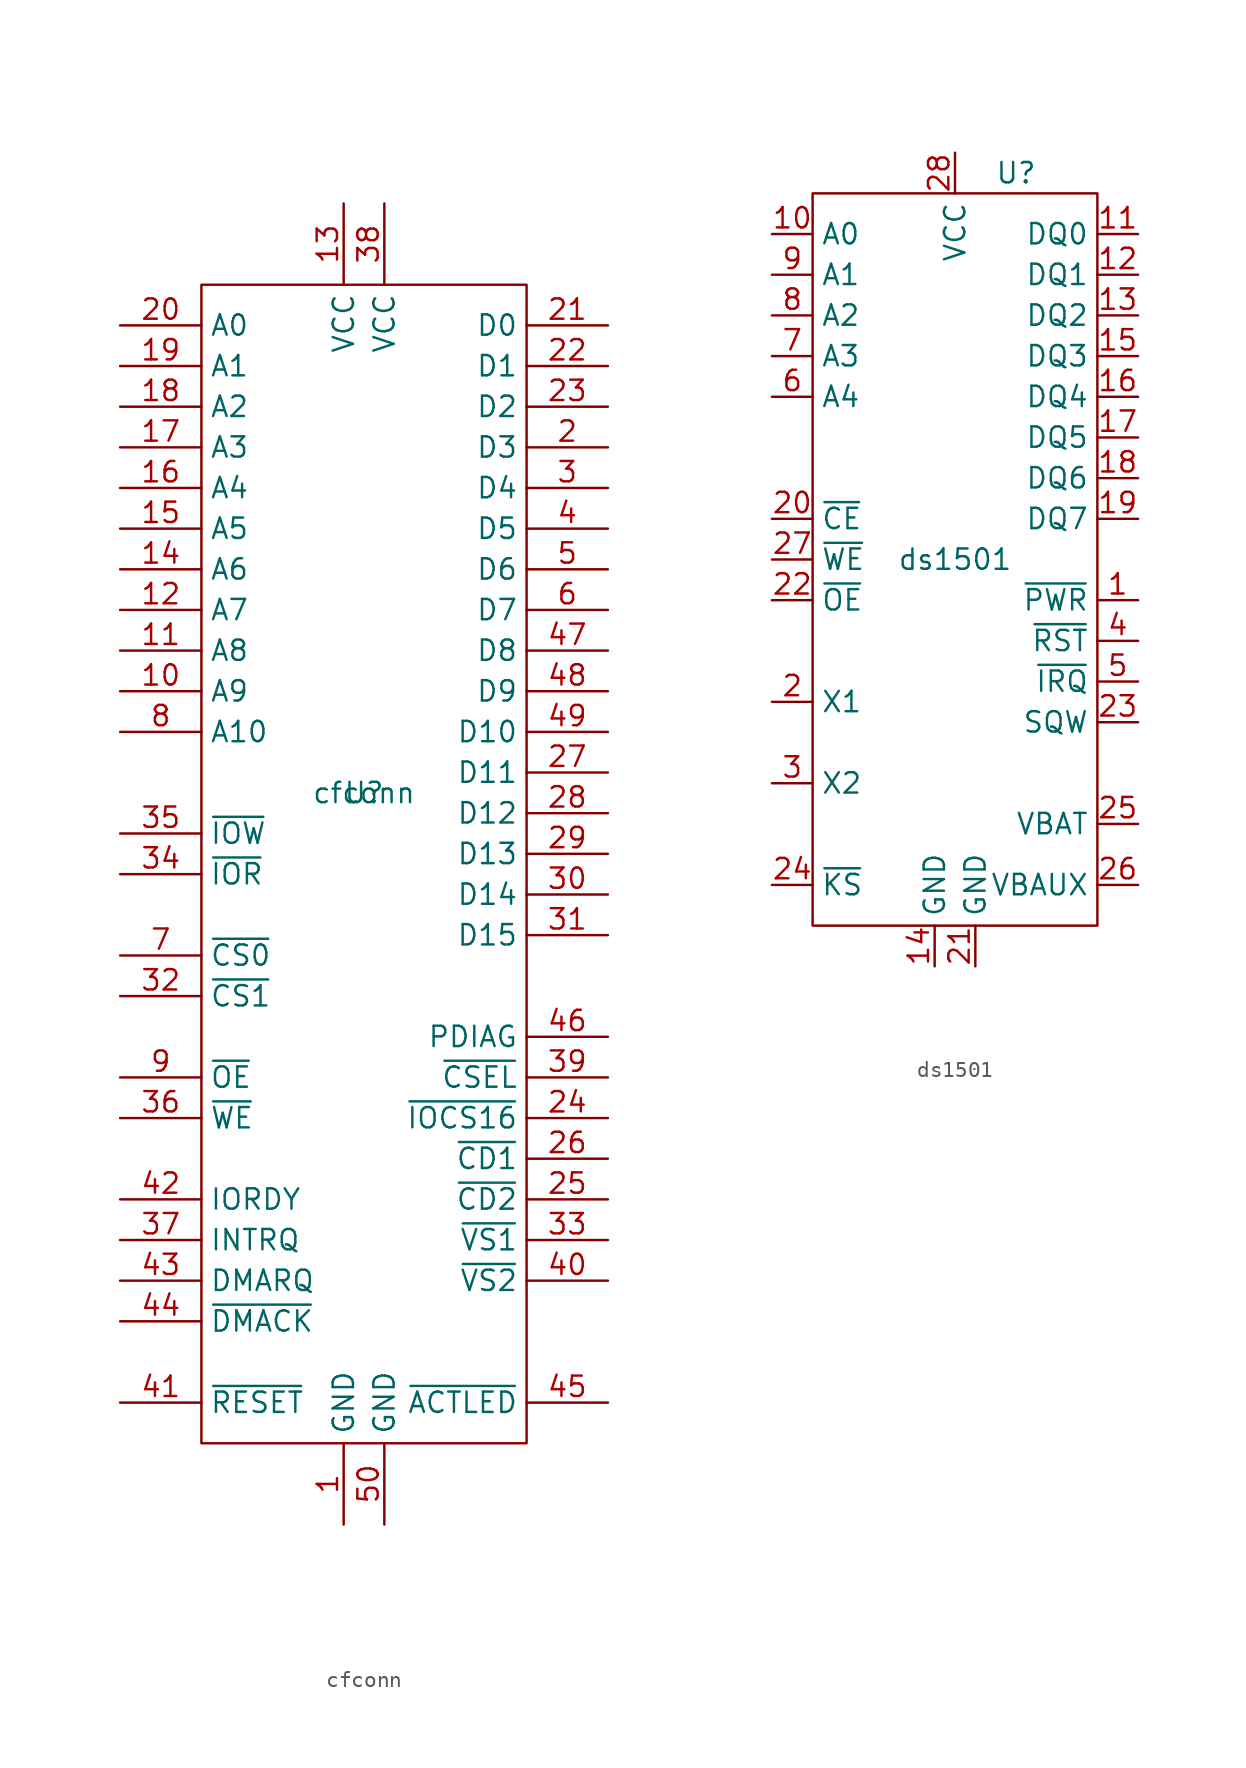
<source format=kicad_sym>
(kicad_symbol_lib
  (version 20211014)
  (generator kicad_symbol_editor)
  (symbol "cfconn"
    (property "Reference" "U"
      (at 0 0 0)
      (effects (font (size 1.27 1.27))))
    (property "Value" "cfconn"
      (at 0 0 0)
      (effects (font (size 1.27 1.27))))
    (symbol "cfconn_0_1"
      (rectangle (start -10.16 31.75) (end 10.16 -40.64) (stroke (width 0) (type default) (color 0 0 0 0)) (fill (type none))))
    (symbol "cfconn_1_1"
      (pin passive line (at -1.27 -45.72 90) (length 5.08) (name "GND" (effects (font (size 1.27 1.27)))) (number "1" (effects (font (size 1.27 1.27)))))
      (pin passive line (at -15.24 6.35 0) (length 5.08) (name "A9" (effects (font (size 1.27 1.27)))) (number "10" (effects (font (size 1.27 1.27)))))
      (pin passive line (at -15.24 8.89 0) (length 5.08) (name "A8" (effects (font (size 1.27 1.27)))) (number "11" (effects (font (size 1.27 1.27)))))
      (pin passive line (at -15.24 11.43 0) (length 5.08) (name "A7" (effects (font (size 1.27 1.27)))) (number "12" (effects (font (size 1.27 1.27)))))
      (pin passive line (at -1.27 36.83 270) (length 5.08) (name "VCC" (effects (font (size 1.27 1.27)))) (number "13" (effects (font (size 1.27 1.27)))))
      (pin passive line (at -15.24 13.97 0) (length 5.08) (name "A6" (effects (font (size 1.27 1.27)))) (number "14" (effects (font (size 1.27 1.27)))))
      (pin passive line (at -15.24 16.51 0) (length 5.08) (name "A5" (effects (font (size 1.27 1.27)))) (number "15" (effects (font (size 1.27 1.27)))))
      (pin passive line (at -15.24 19.05 0) (length 5.08) (name "A4" (effects (font (size 1.27 1.27)))) (number "16" (effects (font (size 1.27 1.27)))))
      (pin passive line (at -15.24 21.59 0) (length 5.08) (name "A3" (effects (font (size 1.27 1.27)))) (number "17" (effects (font (size 1.27 1.27)))))
      (pin passive line (at -15.24 24.13 0) (length 5.08) (name "A2" (effects (font (size 1.27 1.27)))) (number "18" (effects (font (size 1.27 1.27)))))
      (pin passive line (at -15.24 26.67 0) (length 5.08) (name "A1" (effects (font (size 1.27 1.27)))) (number "19" (effects (font (size 1.27 1.27)))))
      (pin passive line (at 15.24 21.59 180) (length 5.08) (name "D3" (effects (font (size 1.27 1.27)))) (number "2" (effects (font (size 1.27 1.27)))))
      (pin passive line (at -15.24 29.21 0) (length 5.08) (name "A0" (effects (font (size 1.27 1.27)))) (number "20" (effects (font (size 1.27 1.27)))))
      (pin passive line (at 15.24 29.21 180) (length 5.08) (name "D0" (effects (font (size 1.27 1.27)))) (number "21" (effects (font (size 1.27 1.27)))))
      (pin passive line (at 15.24 26.67 180) (length 5.08) (name "D1" (effects (font (size 1.27 1.27)))) (number "22" (effects (font (size 1.27 1.27)))))
      (pin passive line (at 15.24 24.13 180) (length 5.08) (name "D2" (effects (font (size 1.27 1.27)))) (number "23" (effects (font (size 1.27 1.27)))))
      (pin passive line (at 15.24 -20.32 180) (length 5.08) (name "~{IOCS16}" (effects (font (size 1.27 1.27)))) (number "24" (effects (font (size 1.27 1.27)))))
      (pin passive line (at 15.24 -25.4 180) (length 5.08) (name "~{CD2}" (effects (font (size 1.27 1.27)))) (number "25" (effects (font (size 1.27 1.27)))))
      (pin passive line (at 15.24 -22.86 180) (length 5.08) (name "~{CD1}" (effects (font (size 1.27 1.27)))) (number "26" (effects (font (size 1.27 1.27)))))
      (pin passive line (at 15.24 1.27 180) (length 5.08) (name "D11" (effects (font (size 1.27 1.27)))) (number "27" (effects (font (size 1.27 1.27)))))
      (pin passive line (at 15.24 -1.27 180) (length 5.08) (name "D12" (effects (font (size 1.27 1.27)))) (number "28" (effects (font (size 1.27 1.27)))))
      (pin passive line (at 15.24 -3.81 180) (length 5.08) (name "D13" (effects (font (size 1.27 1.27)))) (number "29" (effects (font (size 1.27 1.27)))))
      (pin passive line (at 15.24 19.05 180) (length 5.08) (name "D4" (effects (font (size 1.27 1.27)))) (number "3" (effects (font (size 1.27 1.27)))))
      (pin passive line (at 15.24 -6.35 180) (length 5.08) (name "D14" (effects (font (size 1.27 1.27)))) (number "30" (effects (font (size 1.27 1.27)))))
      (pin passive line (at 15.24 -8.89 180) (length 5.08) (name "D15" (effects (font (size 1.27 1.27)))) (number "31" (effects (font (size 1.27 1.27)))))
      (pin passive line (at -15.24 -12.7 0) (length 5.08) (name "~{CS1}" (effects (font (size 1.27 1.27)))) (number "32" (effects (font (size 1.27 1.27)))))
      (pin passive line (at 15.24 -27.94 180) (length 5.08) (name "~{VS1}" (effects (font (size 1.27 1.27)))) (number "33" (effects (font (size 1.27 1.27)))))
      (pin passive line (at -15.24 -5.08 0) (length 5.08) (name "~{IOR}" (effects (font (size 1.27 1.27)))) (number "34" (effects (font (size 1.27 1.27)))))
      (pin passive line (at -15.24 -2.54 0) (length 5.08) (name "~{IOW}" (effects (font (size 1.27 1.27)))) (number "35" (effects (font (size 1.27 1.27)))))
      (pin passive line (at -15.24 -20.32 0) (length 5.08) (name "~{WE}" (effects (font (size 1.27 1.27)))) (number "36" (effects (font (size 1.27 1.27)))))
      (pin passive line (at -15.24 -27.94 0) (length 5.08) (name "INTRQ" (effects (font (size 1.27 1.27)))) (number "37" (effects (font (size 1.27 1.27)))))
      (pin passive line (at 1.27 36.83 270) (length 5.08) (name "VCC" (effects (font (size 1.27 1.27)))) (number "38" (effects (font (size 1.27 1.27)))))
      (pin passive line (at 15.24 -17.78 180) (length 5.08) (name "~{CSEL}" (effects (font (size 1.27 1.27)))) (number "39" (effects (font (size 1.27 1.27)))))
      (pin passive line (at 15.24 16.51 180) (length 5.08) (name "D5" (effects (font (size 1.27 1.27)))) (number "4" (effects (font (size 1.27 1.27)))))
      (pin passive line (at 15.24 -30.48 180) (length 5.08) (name "~{VS2}" (effects (font (size 1.27 1.27)))) (number "40" (effects (font (size 1.27 1.27)))))
      (pin passive line (at -15.24 -38.1 0) (length 5.08) (name "~{RESET}" (effects (font (size 1.27 1.27)))) (number "41" (effects (font (size 1.27 1.27)))))
      (pin passive line (at -15.24 -25.4 0) (length 5.08) (name "IORDY" (effects (font (size 1.27 1.27)))) (number "42" (effects (font (size 1.27 1.27)))))
      (pin passive line (at -15.24 -30.48 0) (length 5.08) (name "DMARQ" (effects (font (size 1.27 1.27)))) (number "43" (effects (font (size 1.27 1.27)))))
      (pin passive line (at -15.24 -33.02 0) (length 5.08) (name "~{DMACK}" (effects (font (size 1.27 1.27)))) (number "44" (effects (font (size 1.27 1.27)))))
      (pin passive line (at 15.24 -38.1 180) (length 5.08) (name "~{ACTLED}" (effects (font (size 1.27 1.27)))) (number "45" (effects (font (size 1.27 1.27)))))
      (pin passive line (at 15.24 -15.24 180) (length 5.08) (name "PDIAG" (effects (font (size 1.27 1.27)))) (number "46" (effects (font (size 1.27 1.27)))))
      (pin passive line (at 15.24 8.89 180) (length 5.08) (name "D8" (effects (font (size 1.27 1.27)))) (number "47" (effects (font (size 1.27 1.27)))))
      (pin passive line (at 15.24 6.35 180) (length 5.08) (name "D9" (effects (font (size 1.27 1.27)))) (number "48" (effects (font (size 1.27 1.27)))))
      (pin passive line (at 15.24 3.81 180) (length 5.08) (name "D10" (effects (font (size 1.27 1.27)))) (number "49" (effects (font (size 1.27 1.27)))))
      (pin passive line (at 15.24 13.97 180) (length 5.08) (name "D6" (effects (font (size 1.27 1.27)))) (number "5" (effects (font (size 1.27 1.27)))))
      (pin passive line (at 1.27 -45.72 90) (length 5.08) (name "GND" (effects (font (size 1.27 1.27)))) (number "50" (effects (font (size 1.27 1.27)))))
      (pin passive line (at 15.24 11.43 180) (length 5.08) (name "D7" (effects (font (size 1.27 1.27)))) (number "6" (effects (font (size 1.27 1.27)))))
      (pin passive line (at -15.24 -10.16 0) (length 5.08) (name "~{CS0}" (effects (font (size 1.27 1.27)))) (number "7" (effects (font (size 1.27 1.27)))))
      (pin passive line (at -15.24 3.81 0) (length 5.08) (name "A10" (effects (font (size 1.27 1.27)))) (number "8" (effects (font (size 1.27 1.27)))))
      (pin passive line (at -15.24 -17.78 0) (length 5.08) (name "~{OE}" (effects (font (size 1.27 1.27)))) (number "9" (effects (font (size 1.27 1.27)))))))
  (symbol "ds1501"
    (property "Reference" "U"
      (at 3.81 24.13 0)
      (effects (font (size 1.27 1.27))))
    (property "Value" "ds1501"
      (at 0 0 0)
      (effects (font (size 1.27 1.27))))
    (symbol "ds1501_0_1"
      (rectangle (start -8.89 22.86) (end 8.89 -22.86) (stroke (width 0) (type default) (color 0 0 0 0)) (fill (type none))))
    (symbol "ds1501_1_1"
      (pin output line (at 11.43 -2.54 180) (length 2.54) (name "~{PWR}" (effects (font (size 1.27 1.27)))) (number "1" (effects (font (size 1.27 1.27)))))
      (pin input line (at -11.43 20.32 0) (length 2.54) (name "A0" (effects (font (size 1.27 1.27)))) (number "10" (effects (font (size 1.27 1.27)))))
      (pin bidirectional line (at 11.43 20.32 180) (length 2.54) (name "DQ0" (effects (font (size 1.27 1.27)))) (number "11" (effects (font (size 1.27 1.27)))))
      (pin bidirectional line (at 11.43 17.78 180) (length 2.54) (name "DQ1" (effects (font (size 1.27 1.27)))) (number "12" (effects (font (size 1.27 1.27)))))
      (pin bidirectional line (at 11.43 15.24 180) (length 2.54) (name "DQ2" (effects (font (size 1.27 1.27)))) (number "13" (effects (font (size 1.27 1.27)))))
      (pin power_in line (at -1.27 -25.4 90) (length 2.54) (name "GND" (effects (font (size 1.27 1.27)))) (number "14" (effects (font (size 1.27 1.27)))))
      (pin bidirectional line (at 11.43 12.7 180) (length 2.54) (name "DQ3" (effects (font (size 1.27 1.27)))) (number "15" (effects (font (size 1.27 1.27)))))
      (pin bidirectional line (at 11.43 10.16 180) (length 2.54) (name "DQ4" (effects (font (size 1.27 1.27)))) (number "16" (effects (font (size 1.27 1.27)))))
      (pin bidirectional line (at 11.43 7.62 180) (length 2.54) (name "DQ5" (effects (font (size 1.27 1.27)))) (number "17" (effects (font (size 1.27 1.27)))))
      (pin bidirectional line (at 11.43 5.08 180) (length 2.54) (name "DQ6" (effects (font (size 1.27 1.27)))) (number "18" (effects (font (size 1.27 1.27)))))
      (pin bidirectional line (at 11.43 2.54 180) (length 2.54) (name "DQ7" (effects (font (size 1.27 1.27)))) (number "19" (effects (font (size 1.27 1.27)))))
      (pin passive line (at -11.43 -8.89 0) (length 2.54) (name "X1" (effects (font (size 1.27 1.27)))) (number "2" (effects (font (size 1.27 1.27)))))
      (pin input line (at -11.43 2.54 0) (length 2.54) (name "~{CE}" (effects (font (size 1.27 1.27)))) (number "20" (effects (font (size 1.27 1.27)))))
      (pin power_in line (at 1.27 -25.4 90) (length 2.54) (name "GND" (effects (font (size 1.27 1.27)))) (number "21" (effects (font (size 1.27 1.27)))))
      (pin input line (at -11.43 -2.54 0) (length 2.54) (name "~{OE}" (effects (font (size 1.27 1.27)))) (number "22" (effects (font (size 1.27 1.27)))))
      (pin output line (at 11.43 -10.16 180) (length 2.54) (name "SQW" (effects (font (size 1.27 1.27)))) (number "23" (effects (font (size 1.27 1.27)))))
      (pin input line (at -11.43 -20.32 0) (length 2.54) (name "~{KS}" (effects (font (size 1.27 1.27)))) (number "24" (effects (font (size 1.27 1.27)))))
      (pin input line (at 11.43 -16.51 180) (length 2.54) (name "VBAT" (effects (font (size 1.27 1.27)))) (number "25" (effects (font (size 1.27 1.27)))))
      (pin input line (at 11.43 -20.32 180) (length 2.54) (name "VBAUX" (effects (font (size 1.27 1.27)))) (number "26" (effects (font (size 1.27 1.27)))))
      (pin input line (at -11.43 0 0) (length 2.54) (name "~{WE}" (effects (font (size 1.27 1.27)))) (number "27" (effects (font (size 1.27 1.27)))))
      (pin power_in line (at 0 25.4 270) (length 2.54) (name "VCC" (effects (font (size 1.27 1.27)))) (number "28" (effects (font (size 1.27 1.27)))))
      (pin passive line (at -11.43 -13.97 0) (length 2.54) (name "X2" (effects (font (size 1.27 1.27)))) (number "3" (effects (font (size 1.27 1.27)))))
      (pin output line (at 11.43 -5.08 180) (length 2.54) (name "~{RST}" (effects (font (size 1.27 1.27)))) (number "4" (effects (font (size 1.27 1.27)))))
      (pin output line (at 11.43 -7.62 180) (length 2.54) (name "~{IRQ}" (effects (font (size 1.27 1.27)))) (number "5" (effects (font (size 1.27 1.27)))))
      (pin input line (at -11.43 10.16 0) (length 2.54) (name "A4" (effects (font (size 1.27 1.27)))) (number "6" (effects (font (size 1.27 1.27)))))
      (pin input line (at -11.43 12.7 0) (length 2.54) (name "A3" (effects (font (size 1.27 1.27)))) (number "7" (effects (font (size 1.27 1.27)))))
      (pin input line (at -11.43 15.24 0) (length 2.54) (name "A2" (effects (font (size 1.27 1.27)))) (number "8" (effects (font (size 1.27 1.27)))))
      (pin input line (at -11.43 17.78 0) (length 2.54) (name "A1" (effects (font (size 1.27 1.27)))) (number "9" (effects (font (size 1.27 1.27))))))))
</source>
